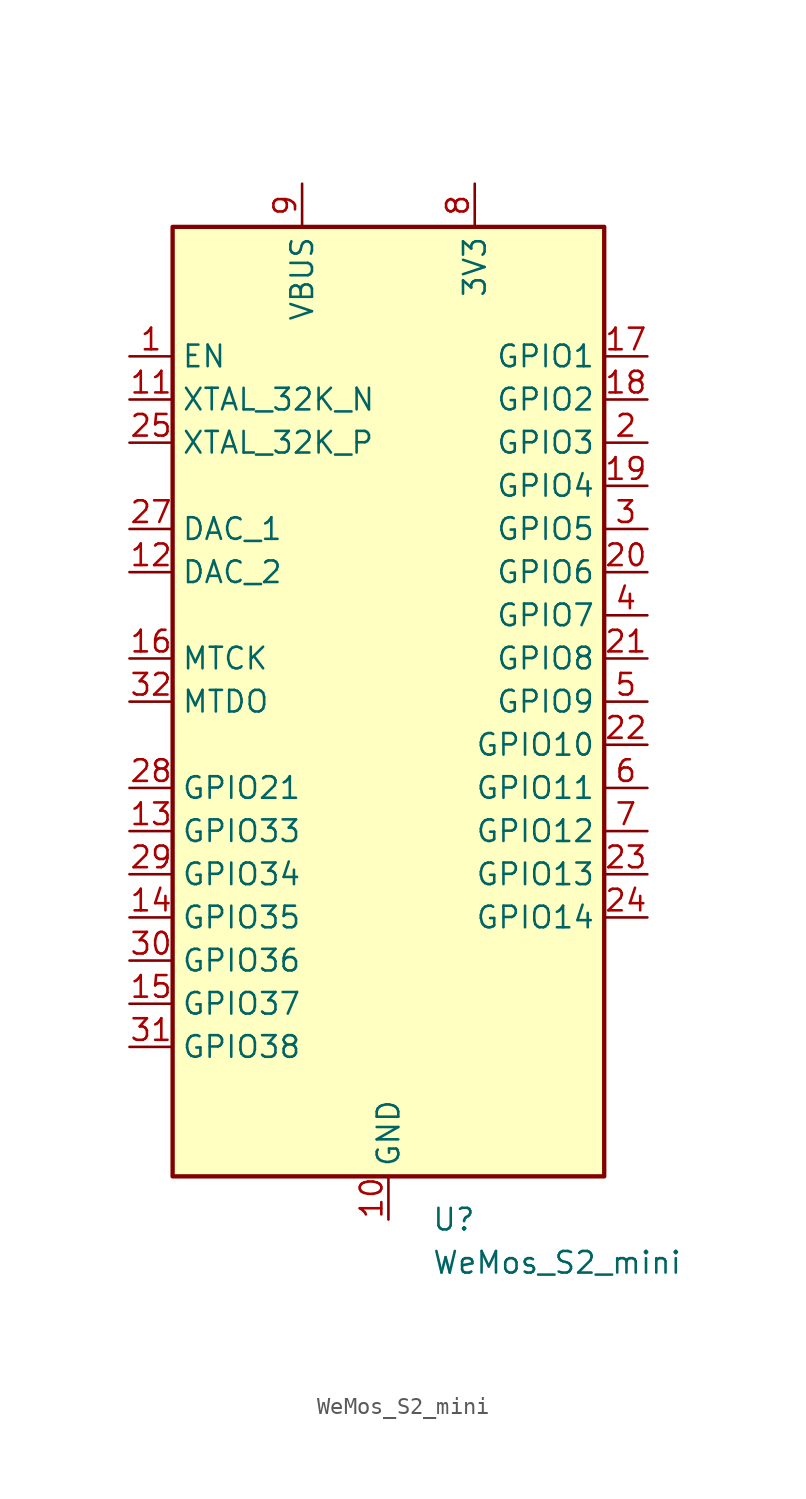
<source format=kicad_sym>
(kicad_symbol_lib
  (version 20211014)
  (generator kicad_symbol_editor)
  (symbol "WeMos_S2_mini"
    (property "Reference" "U"
      (at 2.54 -30.48 0)
      (effects (font (size 1.27 1.27)) (justify left)))
    (property "Value" "WeMos_S2_mini"
      (at 2.54 -33.02 0)
      (effects (font (size 1.27 1.27)) (justify left)))
    (symbol "WeMos_S2_mini_1_1"
      (rectangle (start -12.7 27.94) (end 12.7 -27.94) (stroke (width 0.254) (type default) (color 0 0 0 0)) (fill (type background)))
      (pin input line (at -15.24 20.32 0) (length 2.54) (name "EN" (effects (font (size 1.27 1.27)))) (number "1" (effects (font (size 1.27 1.27)))) (alternate "~{RST}" input line))
      (pin power_in line (at 0 -30.48 90) (length 2.54) (name "GND" (effects (font (size 1.27 1.27)))) (number "10" (effects (font (size 1.27 1.27)))))
      (pin input line (at -15.24 17.78 0) (length 2.54) (name "XTAL_32K_N" (effects (font (size 1.27 1.27)))) (number "11" (effects (font (size 1.27 1.27)))) (alternate "ADC2_CH5" input line) (alternate "GPIO16" bidirectional line) (alternate "U0CTS" input line))
      (pin output line (at -15.24 7.62 0) (length 2.54) (name "DAC_2" (effects (font (size 1.27 1.27)))) (number "12" (effects (font (size 1.27 1.27)))) (alternate "ADC2_CH7" input line) (alternate "CLK_OUT3" tri_state line) (alternate "GPIO18" bidirectional line) (alternate "U1RXD" input line))
      (pin bidirectional line (at -15.24 -7.62 0) (length 2.54) (name "GPIO33" (effects (font (size 1.27 1.27)))) (number "13" (effects (font (size 1.27 1.27)))) (alternate "FSPIHD" bidirectional line) (alternate "SPIIO4" bidirectional line))
      (pin bidirectional line (at -15.24 -12.7 0) (length 2.54) (name "GPIO35" (effects (font (size 1.27 1.27)))) (number "14" (effects (font (size 1.27 1.27)))) (alternate "FSPID" bidirectional line) (alternate "SPIIO6" bidirectional line))
      (pin bidirectional line (at -15.24 -17.78 0) (length 2.54) (name "GPIO37" (effects (font (size 1.27 1.27)))) (number "15" (effects (font (size 1.27 1.27)))) (alternate "FSPIQ" bidirectional line) (alternate "SPIDQS" bidirectional line))
      (pin output line (at -15.24 2.54 0) (length 2.54) (name "MTCK" (effects (font (size 1.27 1.27)))) (number "16" (effects (font (size 1.27 1.27)))) (alternate "CLK_OUT3" tri_state line) (alternate "GPIO39" bidirectional line))
      (pin bidirectional line (at 15.24 20.32 180) (length 2.54) (name "GPIO1" (effects (font (size 1.27 1.27)))) (number "17" (effects (font (size 1.27 1.27)))) (alternate "ADC1_CH0" input line) (alternate "TOUCH1" input line))
      (pin bidirectional line (at 15.24 17.78 180) (length 2.54) (name "GPIO2" (effects (font (size 1.27 1.27)))) (number "18" (effects (font (size 1.27 1.27)))) (alternate "ADC1_CH1" input line) (alternate "TOUCH2" input line))
      (pin bidirectional line (at 15.24 12.7 180) (length 2.54) (name "GPIO4" (effects (font (size 1.27 1.27)))) (number "19" (effects (font (size 1.27 1.27)))) (alternate "ADC1_CH3" input line) (alternate "TOUCH4" input line))
      (pin bidirectional line (at 15.24 15.24 180) (length 2.54) (name "GPIO3" (effects (font (size 1.27 1.27)))) (number "2" (effects (font (size 1.27 1.27)))) (alternate "ADC1_CH2" input line) (alternate "TOUCH3" input line))
      (pin bidirectional line (at 15.24 7.62 180) (length 2.54) (name "GPIO6" (effects (font (size 1.27 1.27)))) (number "20" (effects (font (size 1.27 1.27)))) (alternate "ADC1_CH5" input line) (alternate "TOUCH6" input line))
      (pin bidirectional line (at 15.24 2.54 180) (length 2.54) (name "GPIO8" (effects (font (size 1.27 1.27)))) (number "21" (effects (font (size 1.27 1.27)))) (alternate "ADC1_CH7" input line) (alternate "TOUCH8" input line))
      (pin bidirectional line (at 15.24 -2.54 180) (length 2.54) (name "GPIO10" (effects (font (size 1.27 1.27)))) (number "22" (effects (font (size 1.27 1.27)))) (alternate "ADC1_CH9" input line) (alternate "FSPICS0" bidirectional line) (alternate "FSPIIO4" bidirectional line) (alternate "TOUCH10" input line))
      (pin bidirectional line (at 15.24 -10.16 180) (length 2.54) (name "GPIO13" (effects (font (size 1.27 1.27)))) (number "23" (effects (font (size 1.27 1.27)))) (alternate "ADC2_CH2" input line) (alternate "FSPIIO7" bidirectional line) (alternate "FSPIQ" bidirectional line) (alternate "TOUCH13" input line))
      (pin bidirectional line (at 15.24 -12.7 180) (length 2.54) (name "GPIO14" (effects (font (size 1.27 1.27)))) (number "24" (effects (font (size 1.27 1.27)))) (alternate "ADC2_CH3" input line) (alternate "FSPIDQS" bidirectional line) (alternate "FSPIWP" bidirectional line) (alternate "TOUCH14" input line))
      (pin output line (at -15.24 15.24 0) (length 2.54) (name "XTAL_32K_P" (effects (font (size 1.27 1.27)))) (number "25" (effects (font (size 1.27 1.27)))) (alternate "ADC2_CH4" input line) (alternate "GPIO15" bidirectional line) (alternate "U0RTS" output line))
      (pin passive line (at 0 -30.48 90) (length 2.54) hide (name "GND" (effects (font (size 1.27 1.27)))) (number "26" (effects (font (size 1.27 1.27)))))
      (pin output line (at -15.24 10.16 0) (length 2.54) (name "DAC_1" (effects (font (size 1.27 1.27)))) (number "27" (effects (font (size 1.27 1.27)))) (alternate "ADC2_CH6" input line) (alternate "GPIO17" bidirectional line) (alternate "U1TXD" output line))
      (pin bidirectional line (at -15.24 -5.08 0) (length 2.54) (name "GPIO21" (effects (font (size 1.27 1.27)))) (number "28" (effects (font (size 1.27 1.27)))))
      (pin bidirectional line (at -15.24 -10.16 0) (length 2.54) (name "GPIO34" (effects (font (size 1.27 1.27)))) (number "29" (effects (font (size 1.27 1.27)))) (alternate "FSPICS0" bidirectional line) (alternate "SPIIO5" bidirectional line))
      (pin bidirectional line (at 15.24 10.16 180) (length 2.54) (name "GPIO5" (effects (font (size 1.27 1.27)))) (number "3" (effects (font (size 1.27 1.27)))) (alternate "ADC1_CH4" input line) (alternate "TOUCH5" input line))
      (pin bidirectional line (at -15.24 -15.24 0) (length 2.54) (name "GPIO36" (effects (font (size 1.27 1.27)))) (number "30" (effects (font (size 1.27 1.27)))) (alternate "FSPICLK" bidirectional line) (alternate "FSPIIO7" bidirectional line))
      (pin bidirectional line (at -15.24 -20.32 0) (length 2.54) (name "GPIO38" (effects (font (size 1.27 1.27)))) (number "31" (effects (font (size 1.27 1.27)))) (alternate "FSPIWP" bidirectional line))
      (pin output line (at -15.24 0 0) (length 2.54) (name "MTDO" (effects (font (size 1.27 1.27)))) (number "32" (effects (font (size 1.27 1.27)))) (alternate "CLK_OUT2" tri_state line) (alternate "GPIO40" bidirectional line))
      (pin bidirectional line (at 15.24 5.08 180) (length 2.54) (name "GPIO7" (effects (font (size 1.27 1.27)))) (number "4" (effects (font (size 1.27 1.27)))) (alternate "ADC1_CH6" input line) (alternate "TOUCH7" input line))
      (pin bidirectional line (at 15.24 0 180) (length 2.54) (name "GPIO9" (effects (font (size 1.27 1.27)))) (number "5" (effects (font (size 1.27 1.27)))) (alternate "ADC1_CH8" input line) (alternate "FSPIHD" bidirectional line) (alternate "TOUCH9" input line))
      (pin bidirectional line (at 15.24 -5.08 180) (length 2.54) (name "GPIO11" (effects (font (size 1.27 1.27)))) (number "6" (effects (font (size 1.27 1.27)))) (alternate "ADC2_CH0" input line) (alternate "FSPID" bidirectional line) (alternate "FSPIIO5" bidirectional line) (alternate "TOUCH11" input line))
      (pin bidirectional line (at 15.24 -7.62 180) (length 2.54) (name "GPIO12" (effects (font (size 1.27 1.27)))) (number "7" (effects (font (size 1.27 1.27)))) (alternate "ADC2_CH1" input line) (alternate "FSPICLK" bidirectional line) (alternate "FSPIIO6" bidirectional line) (alternate "TOUCH12" input line))
      (pin power_out line (at 5.08 30.48 270) (length 2.54) (name "3V3" (effects (font (size 1.27 1.27)))) (number "8" (effects (font (size 1.27 1.27)))))
      (pin power_out line (at -5.08 30.48 270) (length 2.54) (name "VBUS" (effects (font (size 1.27 1.27)))) (number "9" (effects (font (size 1.27 1.27))))))))
</source>
